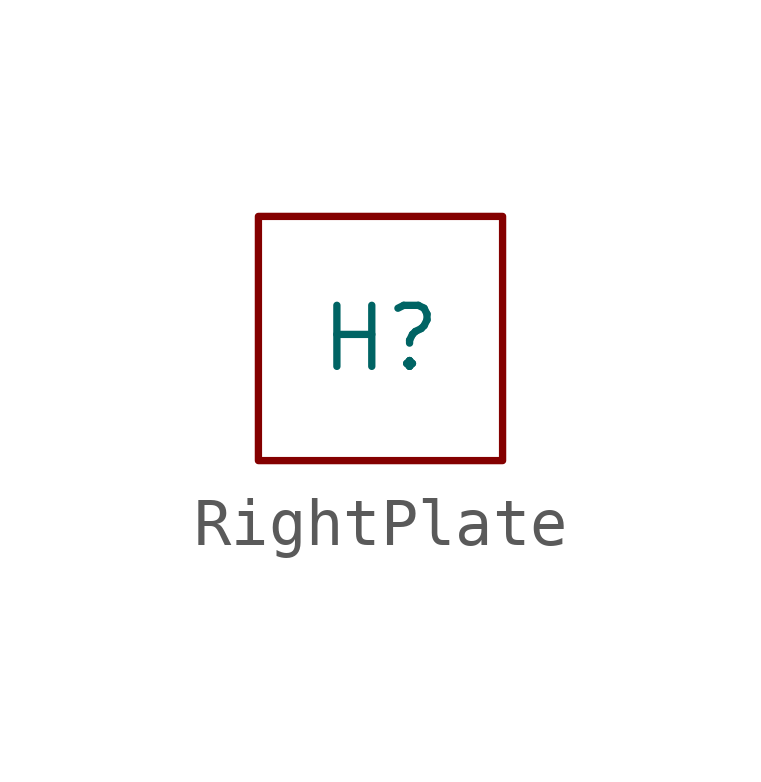
<source format=kicad_sym>
(kicad_symbol_lib
  (version 20220914)
  (generator kicad_symbol_editor)
  (symbol "RightPlate"
    (property "Reference" "H"
      (at 0 0 0)
      (do_not_autoplace)
      (effects (font (size 1.27 1.27))))
    (symbol "RightPlate_0_1"
      (rectangle (start -2.54 2.54) (end 2.54 -2.54) (stroke (width 0) (type default)) (fill (type none))))))
</source>
